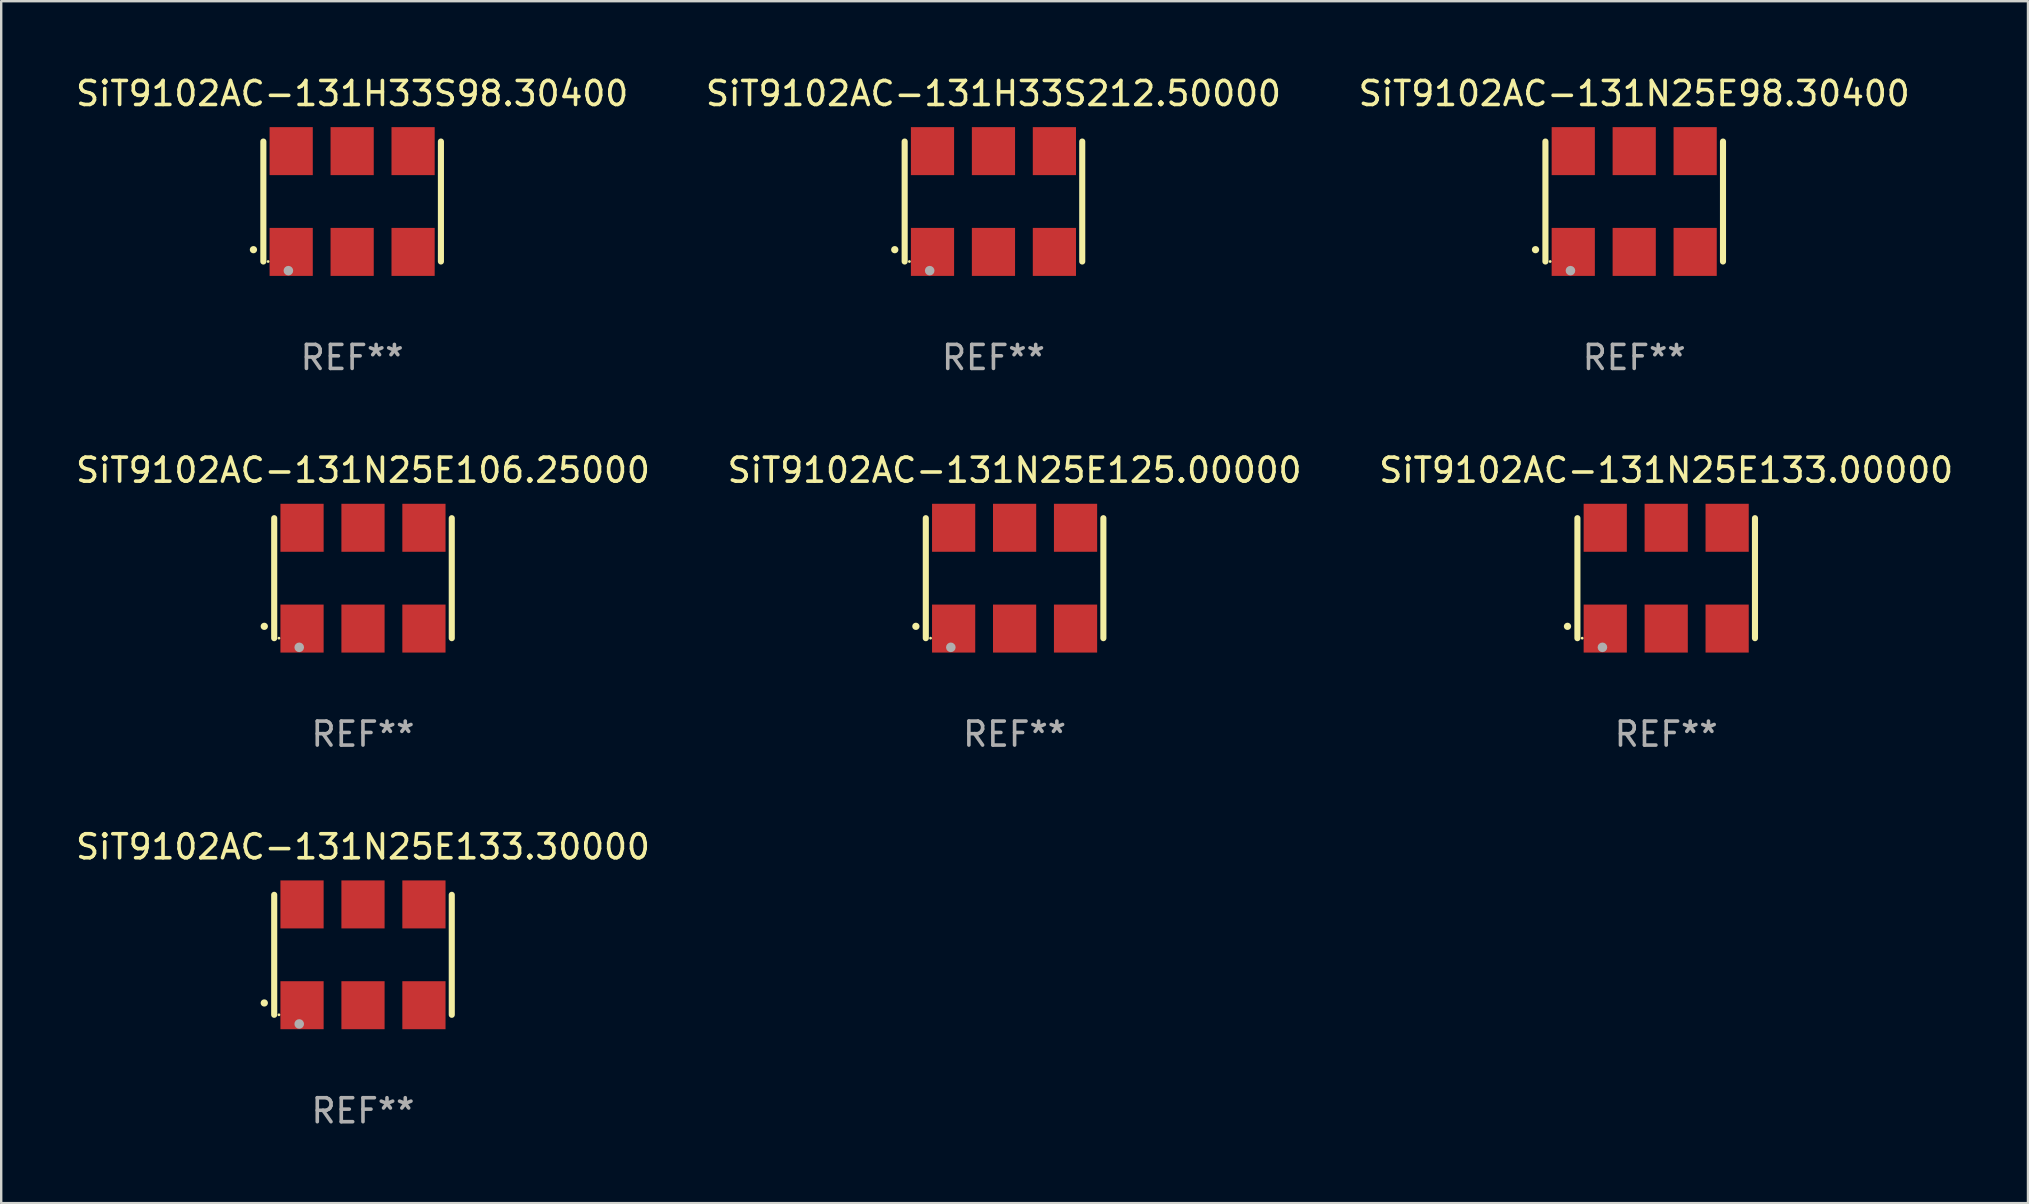
<source format=kicad_pcb>
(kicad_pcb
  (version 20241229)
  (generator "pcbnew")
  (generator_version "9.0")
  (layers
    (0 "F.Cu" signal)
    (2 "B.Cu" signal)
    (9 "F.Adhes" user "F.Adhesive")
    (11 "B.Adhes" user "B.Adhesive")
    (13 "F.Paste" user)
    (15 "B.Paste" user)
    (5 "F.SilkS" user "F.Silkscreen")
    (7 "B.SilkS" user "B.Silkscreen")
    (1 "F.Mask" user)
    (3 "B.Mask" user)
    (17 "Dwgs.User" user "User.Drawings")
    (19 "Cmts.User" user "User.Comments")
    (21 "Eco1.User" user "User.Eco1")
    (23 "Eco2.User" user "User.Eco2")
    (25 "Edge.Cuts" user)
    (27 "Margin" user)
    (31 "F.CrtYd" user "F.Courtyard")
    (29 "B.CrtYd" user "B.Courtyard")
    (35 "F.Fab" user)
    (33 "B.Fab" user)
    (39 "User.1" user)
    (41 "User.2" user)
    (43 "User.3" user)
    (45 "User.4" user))
  (footprint "SiT9102AC-131N25E125.00000"
    (layer "F.Cu")
    (at 39.232 21.045)
    (property "Reference" "SiT9102AC-131N25E125.00000" (at 0 -4.5 0) (layer "F.SilkS") (effects (font (size 1 1) (thickness 0.15))))
    (attr through_hole)
    (fp_line (start -3.7 -2.5) (end -3.7 2.5) (stroke (width 0.254) (type solid)) (layer "F.SilkS"))
    (fp_line (start 3.7 -2.5) (end 3.7 2.5) (stroke (width 0.254) (type solid)) (layer "F.SilkS"))
    (fp_arc (start -4.114415 2.006604) (mid -4.113145 2.006599) (end -4.111875 2.006604) (stroke (width 0.3) (type solid)) (layer "F.SilkS"))
    (fp_circle (center -3.502 2.5) (end -3.472 2.5) (stroke (width 0.06) (type solid)) (fill no) (layer "F.SilkS"))
    (fp_circle (center -2.657 2.882) (end -2.557 2.882) (stroke (width 0.2) (type solid)) (fill no) (layer "F.Fab"))
    (fp_text user "REF**" (at 0 6.5 0) (layer "F.Fab") (effects (font (size 1 1) (thickness 0.15))))
    (pad "1" smd rect (at -2.54 2.1) (size 1.8 2) (layers "F.Cu" "F.Mask" "F.Paste"))
    (pad "2" smd rect (at 0.000394 2.1) (size 1.8 2) (layers "F.Cu" "F.Mask" "F.Paste"))
    (pad "3" smd rect (at 2.54 2.1) (size 1.8 2) (layers "F.Cu" "F.Mask" "F.Paste"))
    (pad "4" smd rect (at 2.54 -2.1) (size 1.8 2) (layers "F.Cu" "F.Mask" "F.Paste"))
    (pad "5" smd rect (at 0.000394 -2.1) (size 1.8 2) (layers "F.Cu" "F.Mask" "F.Paste"))
    (pad "6" smd rect (at -2.54 -2.1) (size 1.8 2) (layers "F.Cu" "F.Mask" "F.Paste")))
  (footprint "SiT9102AC-131H33S212.50000"
    (layer "F.Cu")
    (at 38.351 5.348)
    (property "Reference" "SiT9102AC-131H33S212.50000" (at 0 -4.5 0) (layer "F.SilkS") (effects (font (size 1 1) (thickness 0.15))))
    (attr through_hole)
    (fp_line (start -3.7 -2.5) (end -3.7 2.5) (stroke (width 0.254) (type solid)) (layer "F.SilkS"))
    (fp_line (start 3.7 -2.5) (end 3.7 2.5) (stroke (width 0.254) (type solid)) (layer "F.SilkS"))
    (fp_arc (start -4.114415 2.006604) (mid -4.113145 2.006599) (end -4.111875 2.006604) (stroke (width 0.3) (type solid)) (layer "F.SilkS"))
    (fp_circle (center -3.502 2.5) (end -3.472 2.5) (stroke (width 0.06) (type solid)) (fill no) (layer "F.SilkS"))
    (fp_circle (center -2.657 2.882) (end -2.557 2.882) (stroke (width 0.2) (type solid)) (fill no) (layer "F.Fab"))
    (fp_text user "REF**" (at 0 6.5 0) (layer "F.Fab") (effects (font (size 1 1) (thickness 0.15))))
    (pad "1" smd rect (at -2.54 2.1) (size 1.8 2) (layers "F.Cu" "F.Mask" "F.Paste"))
    (pad "2" smd rect (at 0.000394 2.1) (size 1.8 2) (layers "F.Cu" "F.Mask" "F.Paste"))
    (pad "3" smd rect (at 2.54 2.1) (size 1.8 2) (layers "F.Cu" "F.Mask" "F.Paste"))
    (pad "4" smd rect (at 2.54 -2.1) (size 1.8 2) (layers "F.Cu" "F.Mask" "F.Paste"))
    (pad "5" smd rect (at 0.000394 -2.1) (size 1.8 2) (layers "F.Cu" "F.Mask" "F.Paste"))
    (pad "6" smd rect (at -2.54 -2.1) (size 1.8 2) (layers "F.Cu" "F.Mask" "F.Paste")))
  (footprint "SiT9102AC-131N25E98.30400"
    (layer "F.Cu")
    (at 65.054 5.348)
    (property "Reference" "SiT9102AC-131N25E98.30400" (at 0 -4.5 0) (layer "F.SilkS") (effects (font (size 1 1) (thickness 0.15))))
    (attr through_hole)
    (fp_line (start -3.7 -2.5) (end -3.7 2.5) (stroke (width 0.254) (type solid)) (layer "F.SilkS"))
    (fp_line (start 3.7 -2.5) (end 3.7 2.5) (stroke (width 0.254) (type solid)) (layer "F.SilkS"))
    (fp_arc (start -4.114415 2.006604) (mid -4.113145 2.006599) (end -4.111875 2.006604) (stroke (width 0.3) (type solid)) (layer "F.SilkS"))
    (fp_circle (center -3.502 2.5) (end -3.472 2.5) (stroke (width 0.06) (type solid)) (fill no) (layer "F.SilkS"))
    (fp_circle (center -2.657 2.882) (end -2.557 2.882) (stroke (width 0.2) (type solid)) (fill no) (layer "F.Fab"))
    (fp_text user "REF**" (at 0 6.5 0) (layer "F.Fab") (effects (font (size 1 1) (thickness 0.15))))
    (pad "1" smd rect (at -2.54 2.1) (size 1.8 2) (layers "F.Cu" "F.Mask" "F.Paste"))
    (pad "2" smd rect (at 0.000394 2.1) (size 1.8 2) (layers "F.Cu" "F.Mask" "F.Paste"))
    (pad "3" smd rect (at 2.54 2.1) (size 1.8 2) (layers "F.Cu" "F.Mask" "F.Paste"))
    (pad "4" smd rect (at 2.54 -2.1) (size 1.8 2) (layers "F.Cu" "F.Mask" "F.Paste"))
    (pad "5" smd rect (at 0.000394 -2.1) (size 1.8 2) (layers "F.Cu" "F.Mask" "F.Paste"))
    (pad "6" smd rect (at -2.54 -2.1) (size 1.8 2) (layers "F.Cu" "F.Mask" "F.Paste")))
  (footprint "SiT9102AC-131N25E106.25000"
    (layer "F.Cu")
    (at 12.077 21.045)
    (property "Reference" "SiT9102AC-131N25E106.25000" (at 0 -4.5 0) (layer "F.SilkS") (effects (font (size 1 1) (thickness 0.15))))
    (attr through_hole)
    (fp_line (start -3.7 -2.5) (end -3.7 2.5) (stroke (width 0.254) (type solid)) (layer "F.SilkS"))
    (fp_line (start 3.7 -2.5) (end 3.7 2.5) (stroke (width 0.254) (type solid)) (layer "F.SilkS"))
    (fp_arc (start -4.114415 2.006604) (mid -4.113145 2.006599) (end -4.111875 2.006604) (stroke (width 0.3) (type solid)) (layer "F.SilkS"))
    (fp_circle (center -3.502 2.5) (end -3.472 2.5) (stroke (width 0.06) (type solid)) (fill no) (layer "F.SilkS"))
    (fp_circle (center -2.657 2.882) (end -2.557 2.882) (stroke (width 0.2) (type solid)) (fill no) (layer "F.Fab"))
    (fp_text user "REF**" (at 0 6.5 0) (layer "F.Fab") (effects (font (size 1 1) (thickness 0.15))))
    (pad "1" smd rect (at -2.54 2.1) (size 1.8 2) (layers "F.Cu" "F.Mask" "F.Paste"))
    (pad "2" smd rect (at 0.000394 2.1) (size 1.8 2) (layers "F.Cu" "F.Mask" "F.Paste"))
    (pad "3" smd rect (at 2.54 2.1) (size 1.8 2) (layers "F.Cu" "F.Mask" "F.Paste"))
    (pad "4" smd rect (at 2.54 -2.1) (size 1.8 2) (layers "F.Cu" "F.Mask" "F.Paste"))
    (pad "5" smd rect (at 0.000394 -2.1) (size 1.8 2) (layers "F.Cu" "F.Mask" "F.Paste"))
    (pad "6" smd rect (at -2.54 -2.1) (size 1.8 2) (layers "F.Cu" "F.Mask" "F.Paste")))
  (footprint "SiT9102AC-131N25E133.30000"
    (layer "F.Cu")
    (at 12.077 36.741)
    (property "Reference" "SiT9102AC-131N25E133.30000" (at 0 -4.5 0) (layer "F.SilkS") (effects (font (size 1 1) (thickness 0.15))))
    (attr through_hole)
    (fp_line (start -3.7 -2.5) (end -3.7 2.5) (stroke (width 0.254) (type solid)) (layer "F.SilkS"))
    (fp_line (start 3.7 -2.5) (end 3.7 2.5) (stroke (width 0.254) (type solid)) (layer "F.SilkS"))
    (fp_arc (start -4.114415 2.006604) (mid -4.113145 2.006599) (end -4.111875 2.006604) (stroke (width 0.3) (type solid)) (layer "F.SilkS"))
    (fp_circle (center -3.502 2.5) (end -3.472 2.5) (stroke (width 0.06) (type solid)) (fill no) (layer "F.SilkS"))
    (fp_circle (center -2.657 2.882) (end -2.557 2.882) (stroke (width 0.2) (type solid)) (fill no) (layer "F.Fab"))
    (fp_text user "REF**" (at 0 6.5 0) (layer "F.Fab") (effects (font (size 1 1) (thickness 0.15))))
    (pad "1" smd rect (at -2.54 2.1) (size 1.8 2) (layers "F.Cu" "F.Mask" "F.Paste"))
    (pad "2" smd rect (at 0.000394 2.1) (size 1.8 2) (layers "F.Cu" "F.Mask" "F.Paste"))
    (pad "3" smd rect (at 2.54 2.1) (size 1.8 2) (layers "F.Cu" "F.Mask" "F.Paste"))
    (pad "4" smd rect (at 2.54 -2.1) (size 1.8 2) (layers "F.Cu" "F.Mask" "F.Paste"))
    (pad "5" smd rect (at 0.000394 -2.1) (size 1.8 2) (layers "F.Cu" "F.Mask" "F.Paste"))
    (pad "6" smd rect (at -2.54 -2.1) (size 1.8 2) (layers "F.Cu" "F.Mask" "F.Paste")))
  (footprint "SiT9102AC-131H33S98.30400"
    (layer "F.Cu")
    (at 11.625 5.348)
    (property "Reference" "SiT9102AC-131H33S98.30400" (at 0 -4.5 0) (layer "F.SilkS") (effects (font (size 1 1) (thickness 0.15))))
    (attr through_hole)
    (fp_line (start -3.7 -2.5) (end -3.7 2.5) (stroke (width 0.254) (type solid)) (layer "F.SilkS"))
    (fp_line (start 3.7 -2.5) (end 3.7 2.5) (stroke (width 0.254) (type solid)) (layer "F.SilkS"))
    (fp_arc (start -4.114415 2.006604) (mid -4.113145 2.006599) (end -4.111875 2.006604) (stroke (width 0.3) (type solid)) (layer "F.SilkS"))
    (fp_circle (center -3.502 2.5) (end -3.472 2.5) (stroke (width 0.06) (type solid)) (fill no) (layer "F.SilkS"))
    (fp_circle (center -2.657 2.882) (end -2.557 2.882) (stroke (width 0.2) (type solid)) (fill no) (layer "F.Fab"))
    (fp_text user "REF**" (at 0 6.5 0) (layer "F.Fab") (effects (font (size 1 1) (thickness 0.15))))
    (pad "1" smd rect (at -2.54 2.1) (size 1.8 2) (layers "F.Cu" "F.Mask" "F.Paste"))
    (pad "2" smd rect (at 0.000394 2.1) (size 1.8 2) (layers "F.Cu" "F.Mask" "F.Paste"))
    (pad "3" smd rect (at 2.54 2.1) (size 1.8 2) (layers "F.Cu" "F.Mask" "F.Paste"))
    (pad "4" smd rect (at 2.54 -2.1) (size 1.8 2) (layers "F.Cu" "F.Mask" "F.Paste"))
    (pad "5" smd rect (at 0.000394 -2.1) (size 1.8 2) (layers "F.Cu" "F.Mask" "F.Paste"))
    (pad "6" smd rect (at -2.54 -2.1) (size 1.8 2) (layers "F.Cu" "F.Mask" "F.Paste")))
  (footprint "SiT9102AC-131N25E133.00000"
    (layer "F.Cu")
    (at 66.387 21.045)
    (property "Reference" "SiT9102AC-131N25E133.00000" (at 0 -4.5 0) (layer "F.SilkS") (effects (font (size 1 1) (thickness 0.15))))
    (attr through_hole)
    (fp_line (start -3.7 -2.5) (end -3.7 2.5) (stroke (width 0.254) (type solid)) (layer "F.SilkS"))
    (fp_line (start 3.7 -2.5) (end 3.7 2.5) (stroke (width 0.254) (type solid)) (layer "F.SilkS"))
    (fp_arc (start -4.114415 2.006604) (mid -4.113145 2.006599) (end -4.111875 2.006604) (stroke (width 0.3) (type solid)) (layer "F.SilkS"))
    (fp_circle (center -3.502 2.5) (end -3.472 2.5) (stroke (width 0.06) (type solid)) (fill no) (layer "F.SilkS"))
    (fp_circle (center -2.657 2.882) (end -2.557 2.882) (stroke (width 0.2) (type solid)) (fill no) (layer "F.Fab"))
    (fp_text user "REF**" (at 0 6.5 0) (layer "F.Fab") (effects (font (size 1 1) (thickness 0.15))))
    (pad "1" smd rect (at -2.54 2.1) (size 1.8 2) (layers "F.Cu" "F.Mask" "F.Paste"))
    (pad "2" smd rect (at 0.000394 2.1) (size 1.8 2) (layers "F.Cu" "F.Mask" "F.Paste"))
    (pad "3" smd rect (at 2.54 2.1) (size 1.8 2) (layers "F.Cu" "F.Mask" "F.Paste"))
    (pad "4" smd rect (at 2.54 -2.1) (size 1.8 2) (layers "F.Cu" "F.Mask" "F.Paste"))
    (pad "5" smd rect (at 0.000394 -2.1) (size 1.8 2) (layers "F.Cu" "F.Mask" "F.Paste"))
    (pad "6" smd rect (at -2.54 -2.1) (size 1.8 2) (layers "F.Cu" "F.Mask" "F.Paste")))
  (gr_rect
    (start -3 -3)
    (end 81.464 47.09)
    (stroke (width 0.1) (type default))
    (fill no)
    (layer "Edge.Cuts")))
</source>
